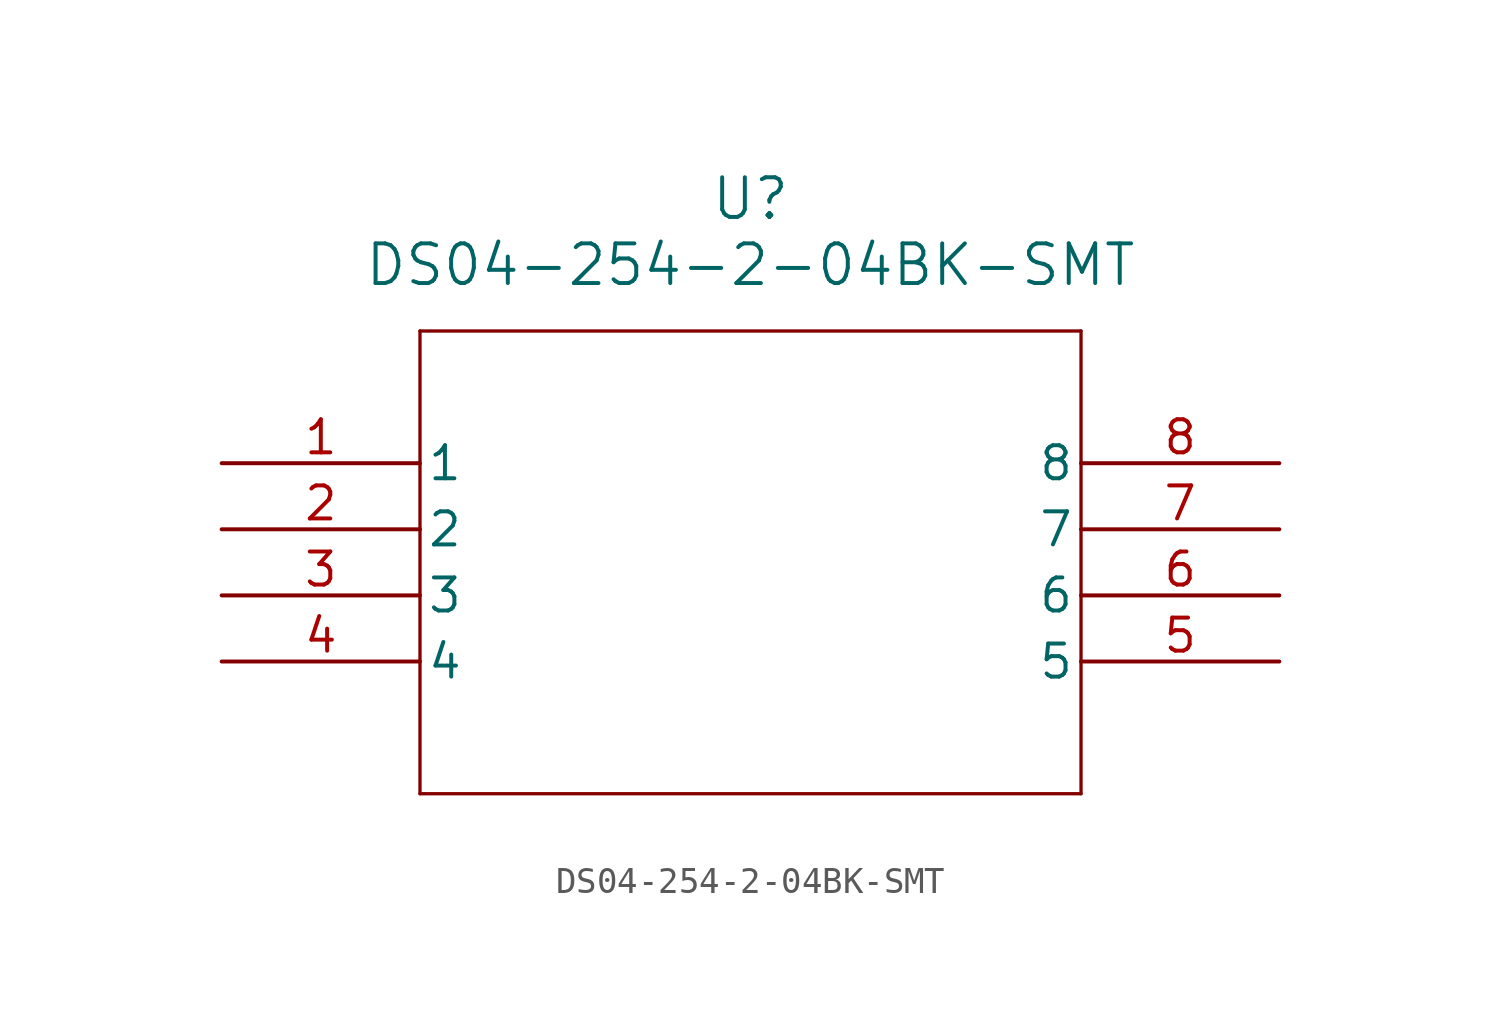
<source format=kicad_sym>
(kicad_symbol_lib
  (version 20211014)
  (generator kicad_symbol_editor)
  (symbol "DS04-254-2-04BK-SMT"
    (pin_names
      (offset 0.254))
    (property "Reference" "U"
      (at 20.32 10.16 0)
      (effects (font (size 1.524 1.524))))
    (property "Value" "DS04-254-2-04BK-SMT"
      (at 20.32 7.62 0)
      (effects (font (size 1.524 1.524))))
    (polyline
      (pts (xy 7.62 5.08) (xy 7.62 -12.7))
      (stroke (width 0.127) (type default) (color 0 0 0 0))
      (fill (type none)))
    (polyline
      (pts (xy 7.62 -12.7) (xy 33.02 -12.7))
      (stroke (width 0.127) (type default) (color 0 0 0 0))
      (fill (type none)))
    (polyline
      (pts (xy 33.02 -12.7) (xy 33.02 5.08))
      (stroke (width 0.127) (type default) (color 0 0 0 0))
      (fill (type none)))
    (polyline
      (pts (xy 33.02 5.08) (xy 7.62 5.08))
      (stroke (width 0.127) (type default) (color 0 0 0 0))
      (fill (type none)))
    (pin unspecified line
      (at 0 0 0)
      (length 7.62)
      (name "1" (effects (font (size 1.27 1.27))))
      (number "1" (effects (font (size 1.27 1.27)))))
    (pin unspecified line
      (at 0 -2.54 0)
      (length 7.62)
      (name "2" (effects (font (size 1.27 1.27))))
      (number "2" (effects (font (size 1.27 1.27)))))
    (pin unspecified line
      (at 0 -5.08 0)
      (length 7.62)
      (name "3" (effects (font (size 1.27 1.27))))
      (number "3" (effects (font (size 1.27 1.27)))))
    (pin unspecified line
      (at 0 -7.62 0)
      (length 7.62)
      (name "4" (effects (font (size 1.27 1.27))))
      (number "4" (effects (font (size 1.27 1.27)))))
    (pin unspecified line
      (at 40.64 -7.62 180)
      (length 7.62)
      (name "5" (effects (font (size 1.27 1.27))))
      (number "5" (effects (font (size 1.27 1.27)))))
    (pin unspecified line
      (at 40.64 -5.08 180)
      (length 7.62)
      (name "6" (effects (font (size 1.27 1.27))))
      (number "6" (effects (font (size 1.27 1.27)))))
    (pin unspecified line
      (at 40.64 -2.54 180)
      (length 7.62)
      (name "7" (effects (font (size 1.27 1.27))))
      (number "7" (effects (font (size 1.27 1.27)))))
    (pin unspecified line
      (at 40.64 0 180)
      (length 7.62)
      (name "8" (effects (font (size 1.27 1.27))))
      (number "8" (effects (font (size 1.27 1.27)))))))
</source>
